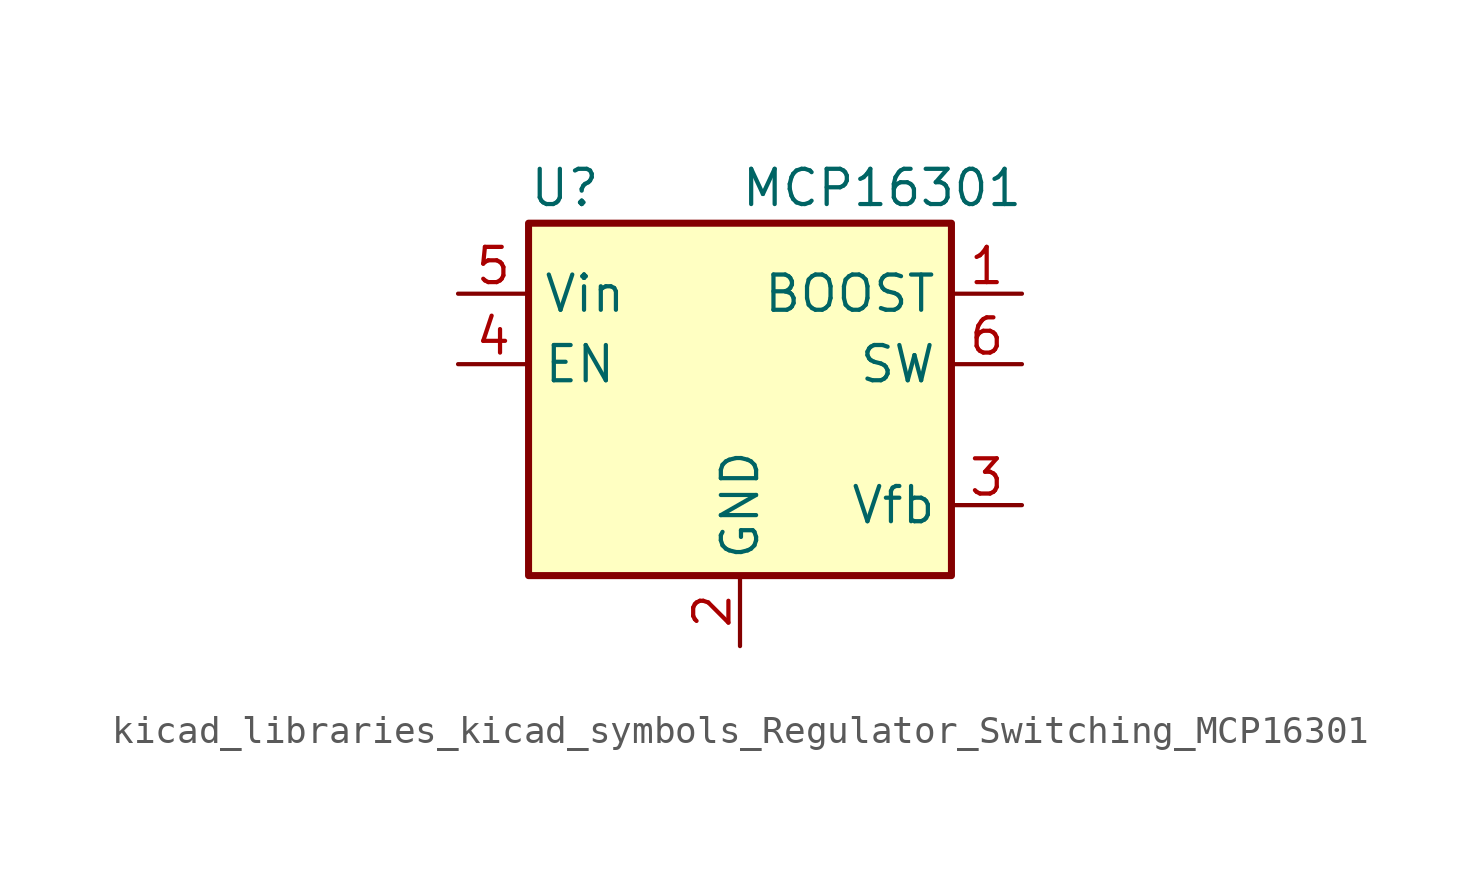
<source format=kicad_sym>
(kicad_symbol_lib
  (version 20220914)
  (generator kicad_symbol_editor)
  (symbol "kicad_libraries_kicad_symbols_Regulator_Switching_MCP16301"
    (property "Reference" "U"
      (at -7.62 6.35 0)
      (effects (font (size 1.27 1.27)) (justify left)))
    (property "Value" "MCP16301"
      (at 0 6.35 0)
      (effects (font (size 1.27 1.27)) (justify left)))
    (symbol "kicad_libraries_kicad_symbols_Regulator_Switching_MCP16301_0_1"
      (rectangle (start -7.62 5.08) (end 7.62 -7.62) (stroke (width 0.254) (type default)) (fill (type background))))
    (symbol "kicad_libraries_kicad_symbols_Regulator_Switching_MCP16301_1_1"
      (pin output line (at 10.16 2.54 180) (length 2.54) (name "BOOST" (effects (font (size 1.27 1.27)))) (number "1" (effects (font (size 1.27 1.27)))))
      (pin power_in line (at 0 -10.16 90) (length 2.54) (name "GND" (effects (font (size 1.27 1.27)))) (number "2" (effects (font (size 1.27 1.27)))))
      (pin input line (at 10.16 -5.08 180) (length 2.54) (name "Vfb" (effects (font (size 1.27 1.27)))) (number "3" (effects (font (size 1.27 1.27)))))
      (pin input line (at -10.16 0 0) (length 2.54) (name "EN" (effects (font (size 1.27 1.27)))) (number "4" (effects (font (size 1.27 1.27)))))
      (pin power_in line (at -10.16 2.54 0) (length 2.54) (name "Vin" (effects (font (size 1.27 1.27)))) (number "5" (effects (font (size 1.27 1.27)))))
      (pin output line (at 10.16 0 180) (length 2.54) (name "SW" (effects (font (size 1.27 1.27)))) (number "6" (effects (font (size 1.27 1.27))))))))
</source>
